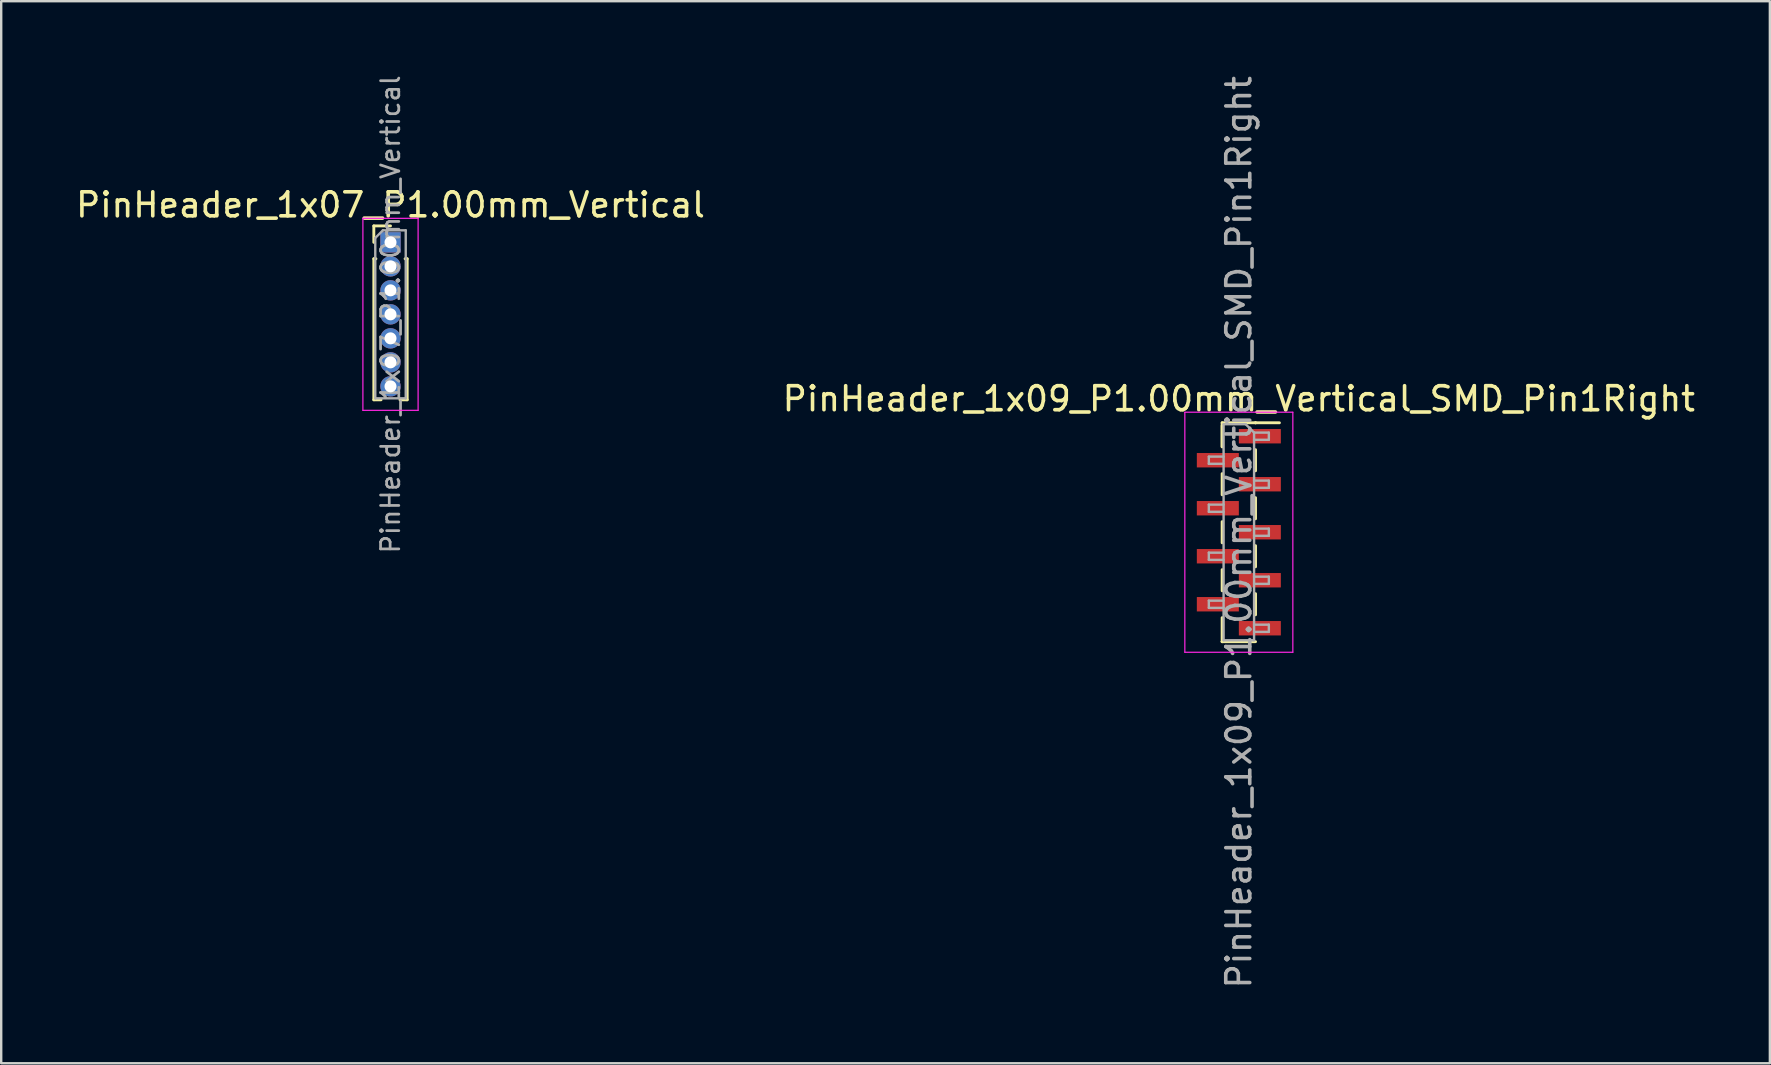
<source format=kicad_pcb>
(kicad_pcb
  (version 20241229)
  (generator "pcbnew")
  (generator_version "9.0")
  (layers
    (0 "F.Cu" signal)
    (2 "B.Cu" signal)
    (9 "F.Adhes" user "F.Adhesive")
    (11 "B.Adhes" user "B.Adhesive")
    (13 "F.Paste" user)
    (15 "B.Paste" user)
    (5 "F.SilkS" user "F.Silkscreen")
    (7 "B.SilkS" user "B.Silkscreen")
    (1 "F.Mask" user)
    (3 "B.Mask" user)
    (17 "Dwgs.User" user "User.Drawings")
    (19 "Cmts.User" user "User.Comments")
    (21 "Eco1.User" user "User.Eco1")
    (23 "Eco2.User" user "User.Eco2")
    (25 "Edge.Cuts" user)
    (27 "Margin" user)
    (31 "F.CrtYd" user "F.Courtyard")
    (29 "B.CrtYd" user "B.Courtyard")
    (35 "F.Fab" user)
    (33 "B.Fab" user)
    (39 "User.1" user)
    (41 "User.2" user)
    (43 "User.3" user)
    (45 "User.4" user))
  (footprint "PinHeader_1x09_P1.00mm_Vertical_SMD_Pin1Right"
    (layer "F.Cu")
    (at 48.565 19.125)
    (property "Reference" "PinHeader_1x09_P1.00mm_Vertical_SMD_Pin1Right" (at 0 -5.56 0) (layer "F.SilkS") (effects (font (size 1 1) (thickness 0.15))))
    (attr smd)
    (fp_line (start -0.695 -4.56) (end -0.695 -3.56) (stroke (width 0.12) (type solid)) (layer "F.SilkS"))
    (fp_line (start -0.695 -4.56) (end 0.695 -4.56) (stroke (width 0.12) (type solid)) (layer "F.SilkS"))
    (fp_line (start -0.695 -4.44) (end -0.695 -3.56) (stroke (width 0.12) (type solid)) (layer "F.SilkS"))
    (fp_line (start -0.695 -2.44) (end -0.695 -1.56) (stroke (width 0.12) (type solid)) (layer "F.SilkS"))
    (fp_line (start -0.695 -0.44) (end -0.695 0.44) (stroke (width 0.12) (type solid)) (layer "F.SilkS"))
    (fp_line (start -0.695 1.56) (end -0.695 2.44) (stroke (width 0.12) (type solid)) (layer "F.SilkS"))
    (fp_line (start -0.695 3.56) (end -0.695 4.56) (stroke (width 0.12) (type solid)) (layer "F.SilkS"))
    (fp_line (start -0.695 4.56) (end -0.695 4.56) (stroke (width 0.12) (type solid)) (layer "F.SilkS"))
    (fp_line (start -0.695 4.56) (end 0.695 4.56) (stroke (width 0.12) (type solid)) (layer "F.SilkS"))
    (fp_line (start 0.695 -4.56) (end 0.695 -4.56) (stroke (width 0.12) (type solid)) (layer "F.SilkS"))
    (fp_line (start 0.695 -4.56) (end 1.69 -4.56) (stroke (width 0.12) (type solid)) (layer "F.SilkS"))
    (fp_line (start 0.695 -3.44) (end 0.695 -2.56) (stroke (width 0.12) (type solid)) (layer "F.SilkS"))
    (fp_line (start 0.695 -1.44) (end 0.695 -0.56) (stroke (width 0.12) (type solid)) (layer "F.SilkS"))
    (fp_line (start 0.695 0.56) (end 0.695 1.44) (stroke (width 0.12) (type solid)) (layer "F.SilkS"))
    (fp_line (start 0.695 2.56) (end 0.695 3.44) (stroke (width 0.12) (type solid)) (layer "F.SilkS"))
    (fp_line (start -2.25 -5) (end -2.25 5) (stroke (width 0.05) (type solid)) (layer "F.CrtYd"))
    (fp_line (start -2.25 5) (end 2.25 5) (stroke (width 0.05) (type solid)) (layer "F.CrtYd"))
    (fp_line (start 2.25 -5) (end -2.25 -5) (stroke (width 0.05) (type solid)) (layer "F.CrtYd"))
    (fp_line (start 2.25 5) (end 2.25 -5) (stroke (width 0.05) (type solid)) (layer "F.CrtYd"))
    (fp_line (start -1.25 -3.15) (end -1.25 -2.85) (stroke (width 0.1) (type solid)) (layer "F.Fab"))
    (fp_line (start -1.25 -2.85) (end -0.635 -2.85) (stroke (width 0.1) (type solid)) (layer "F.Fab"))
    (fp_line (start -1.25 -1.15) (end -1.25 -0.85) (stroke (width 0.1) (type solid)) (layer "F.Fab"))
    (fp_line (start -1.25 -0.85) (end -0.635 -0.85) (stroke (width 0.1) (type solid)) (layer "F.Fab"))
    (fp_line (start -1.25 0.85) (end -1.25 1.15) (stroke (width 0.1) (type solid)) (layer "F.Fab"))
    (fp_line (start -1.25 1.15) (end -0.635 1.15) (stroke (width 0.1) (type solid)) (layer "F.Fab"))
    (fp_line (start -1.25 2.85) (end -1.25 3.15) (stroke (width 0.1) (type solid)) (layer "F.Fab"))
    (fp_line (start -1.25 3.15) (end -0.635 3.15) (stroke (width 0.1) (type solid)) (layer "F.Fab"))
    (fp_line (start -0.635 -4.5) (end -0.635 4.5) (stroke (width 0.1) (type solid)) (layer "F.Fab"))
    (fp_line (start -0.635 -4.5) (end 0.285 -4.5) (stroke (width 0.1) (type solid)) (layer "F.Fab"))
    (fp_line (start -0.635 -3.15) (end -1.25 -3.15) (stroke (width 0.1) (type solid)) (layer "F.Fab"))
    (fp_line (start -0.635 -1.15) (end -1.25 -1.15) (stroke (width 0.1) (type solid)) (layer "F.Fab"))
    (fp_line (start -0.635 0.85) (end -1.25 0.85) (stroke (width 0.1) (type solid)) (layer "F.Fab"))
    (fp_line (start -0.635 2.85) (end -1.25 2.85) (stroke (width 0.1) (type solid)) (layer "F.Fab"))
    (fp_line (start 0.635 -4.15) (end 0.285 -4.5) (stroke (width 0.1) (type solid)) (layer "F.Fab"))
    (fp_line (start 0.635 -4.15) (end 1.25 -4.15) (stroke (width 0.1) (type solid)) (layer "F.Fab"))
    (fp_line (start 0.635 -2.15) (end 1.25 -2.15) (stroke (width 0.1) (type solid)) (layer "F.Fab"))
    (fp_line (start 0.635 -0.15) (end 1.25 -0.15) (stroke (width 0.1) (type solid)) (layer "F.Fab"))
    (fp_line (start 0.635 1.85) (end 1.25 1.85) (stroke (width 0.1) (type solid)) (layer "F.Fab"))
    (fp_line (start 0.635 3.85) (end 1.25 3.85) (stroke (width 0.1) (type solid)) (layer "F.Fab"))
    (fp_line (start 0.635 4.5) (end -0.635 4.5) (stroke (width 0.1) (type solid)) (layer "F.Fab"))
    (fp_line (start 0.635 4.5) (end 0.635 -4.15) (stroke (width 0.1) (type solid)) (layer "F.Fab"))
    (fp_line (start 1.25 -4.15) (end 1.25 -3.85) (stroke (width 0.1) (type solid)) (layer "F.Fab"))
    (fp_line (start 1.25 -3.85) (end 0.635 -3.85) (stroke (width 0.1) (type solid)) (layer "F.Fab"))
    (fp_line (start 1.25 -2.15) (end 1.25 -1.85) (stroke (width 0.1) (type solid)) (layer "F.Fab"))
    (fp_line (start 1.25 -1.85) (end 0.635 -1.85) (stroke (width 0.1) (type solid)) (layer "F.Fab"))
    (fp_line (start 1.25 -0.15) (end 1.25 0.15) (stroke (width 0.1) (type solid)) (layer "F.Fab"))
    (fp_line (start 1.25 0.15) (end 0.635 0.15) (stroke (width 0.1) (type solid)) (layer "F.Fab"))
    (fp_line (start 1.25 1.85) (end 1.25 2.15) (stroke (width 0.1) (type solid)) (layer "F.Fab"))
    (fp_line (start 1.25 2.15) (end 0.635 2.15) (stroke (width 0.1) (type solid)) (layer "F.Fab"))
    (fp_line (start 1.25 3.85) (end 1.25 4.15) (stroke (width 0.1) (type solid)) (layer "F.Fab"))
    (fp_line (start 1.25 4.15) (end 0.635 4.15) (stroke (width 0.1) (type solid)) (layer "F.Fab"))
    (fp_text user "${REFERENCE}" (at 0 0 90) (layer "F.Fab") (effects (font (size 1 1) (thickness 0.15))))
    (pad "1" smd rect (at 0.875 -4) (size 1.75 0.6) (layers "F.Cu" "F.Mask" "F.Paste"))
    (pad "2" smd rect (at -0.875 -3) (size 1.75 0.6) (layers "F.Cu" "F.Mask" "F.Paste"))
    (pad "3" smd rect (at 0.875 -2) (size 1.75 0.6) (layers "F.Cu" "F.Mask" "F.Paste"))
    (pad "4" smd rect (at -0.875 -1) (size 1.75 0.6) (layers "F.Cu" "F.Mask" "F.Paste"))
    (pad "5" smd rect (at 0.875 0) (size 1.75 0.6) (layers "F.Cu" "F.Mask" "F.Paste"))
    (pad "6" smd rect (at -0.875 1) (size 1.75 0.6) (layers "F.Cu" "F.Mask" "F.Paste"))
    (pad "7" smd rect (at 0.875 2) (size 1.75 0.6) (layers "F.Cu" "F.Mask" "F.Paste"))
    (pad "8" smd rect (at -0.875 3) (size 1.75 0.6) (layers "F.Cu" "F.Mask" "F.Paste"))
    (pad "9" smd rect (at 0.875 4) (size 1.75 0.6) (layers "F.Cu" "F.Mask" "F.Paste")))
  (footprint "PinHeader_1x07_P1.00mm_Vertical"
    (layer "F.Cu")
    (at 13.22 7.047)
    (property "Reference" "PinHeader_1x07_P1.00mm_Vertical" (at 0 -1.56 0) (layer "F.SilkS") (effects (font (size 1 1) (thickness 0.15))))
    (attr through_hole)
    (fp_line (start -0.695 -0.685) (end 0 -0.685) (stroke (width 0.12) (type solid)) (layer "F.SilkS"))
    (fp_line (start -0.695 0) (end -0.695 -0.685) (stroke (width 0.12) (type solid)) (layer "F.SilkS"))
    (fp_line (start -0.695 0.685) (end -0.695 6.56) (stroke (width 0.12) (type solid)) (layer "F.SilkS"))
    (fp_line (start -0.695 0.685) (end -0.608 0.685) (stroke (width 0.12) (type solid)) (layer "F.SilkS"))
    (fp_line (start -0.695 6.56) (end -0.394 6.56) (stroke (width 0.12) (type solid)) (layer "F.SilkS"))
    (fp_line (start 0.394 6.56) (end 0.695 6.56) (stroke (width 0.12) (type solid)) (layer "F.SilkS"))
    (fp_line (start 0.608 0.685) (end 0.695 0.685) (stroke (width 0.12) (type solid)) (layer "F.SilkS"))
    (fp_line (start 0.695 0.685) (end 0.695 6.56) (stroke (width 0.12) (type solid)) (layer "F.SilkS"))
    (fp_line (start -1.15 -1) (end -1.15 7) (stroke (width 0.05) (type solid)) (layer "F.CrtYd"))
    (fp_line (start -1.15 7) (end 1.15 7) (stroke (width 0.05) (type solid)) (layer "F.CrtYd"))
    (fp_line (start 1.15 -1) (end -1.15 -1) (stroke (width 0.05) (type solid)) (layer "F.CrtYd"))
    (fp_line (start 1.15 7) (end 1.15 -1) (stroke (width 0.05) (type solid)) (layer "F.CrtYd"))
    (fp_line (start -0.635 -0.182) (end -0.318 -0.5) (stroke (width 0.1) (type solid)) (layer "F.Fab"))
    (fp_line (start -0.635 6.5) (end -0.635 -0.182) (stroke (width 0.1) (type solid)) (layer "F.Fab"))
    (fp_line (start -0.318 -0.5) (end 0.635 -0.5) (stroke (width 0.1) (type solid)) (layer "F.Fab"))
    (fp_line (start 0.635 -0.5) (end 0.635 6.5) (stroke (width 0.1) (type solid)) (layer "F.Fab"))
    (fp_line (start 0.635 6.5) (end -0.635 6.5) (stroke (width 0.1) (type solid)) (layer "F.Fab"))
    (fp_text user "${REFERENCE}" (at 0 3 90) (layer "F.Fab") (effects (font (size 0.76 0.76) (thickness 0.114))))
    (pad "1" thru_hole rect (at 0 0) (size 0.85 0.85) (drill 0.5) (layers "*.Cu" "*.Mask"))
    (pad "2" thru_hole oval (at 0 1) (size 0.85 0.85) (drill 0.5) (layers "*.Cu" "*.Mask"))
    (pad "3" thru_hole oval (at 0 2) (size 0.85 0.85) (drill 0.5) (layers "*.Cu" "*.Mask"))
    (pad "4" thru_hole oval (at 0 3) (size 0.85 0.85) (drill 0.5) (layers "*.Cu" "*.Mask"))
    (pad "5" thru_hole oval (at 0 4) (size 0.85 0.85) (drill 0.5) (layers "*.Cu" "*.Mask"))
    (pad "6" thru_hole oval (at 0 5) (size 0.85 0.85) (drill 0.5) (layers "*.Cu" "*.Mask"))
    (pad "7" thru_hole oval (at 0 6) (size 0.85 0.85) (drill 0.5) (layers "*.Cu" "*.Mask")))
  (gr_rect
    (start -3 -3)
    (end 70.69 41.25)
    (stroke (width 0.1) (type default))
    (fill no)
    (layer "Edge.Cuts")))
</source>
